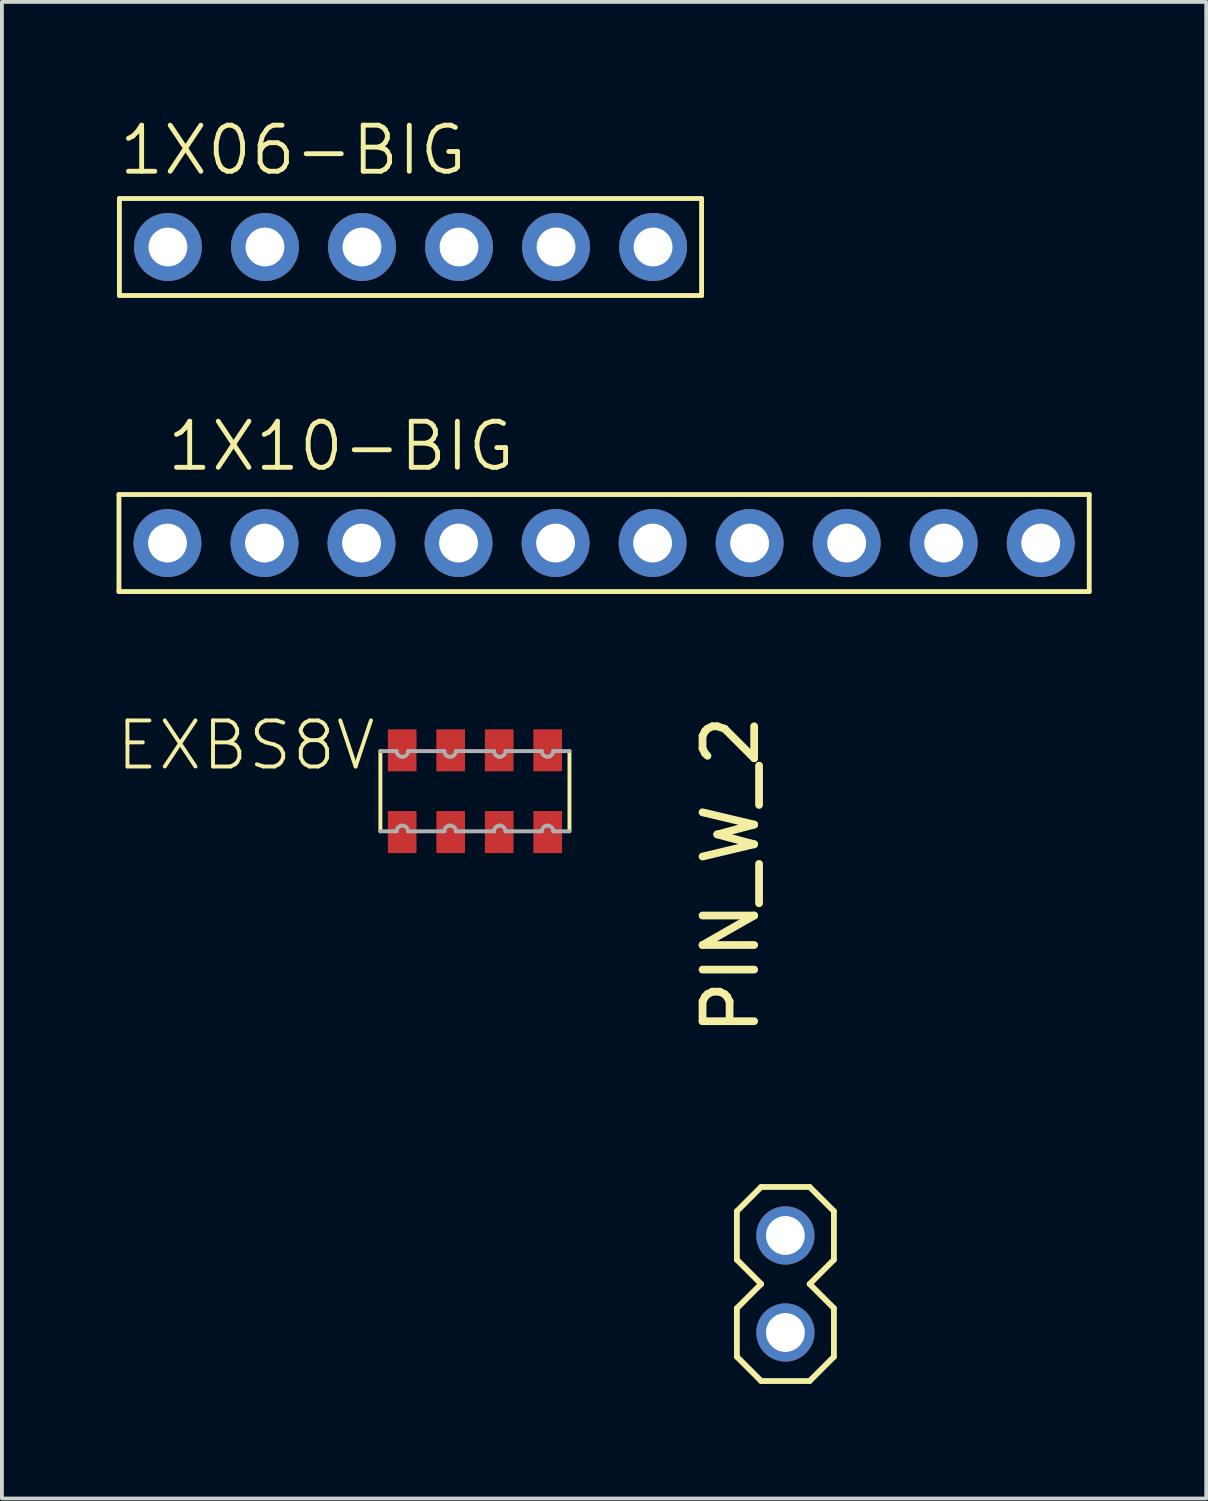
<source format=kicad_pcb>
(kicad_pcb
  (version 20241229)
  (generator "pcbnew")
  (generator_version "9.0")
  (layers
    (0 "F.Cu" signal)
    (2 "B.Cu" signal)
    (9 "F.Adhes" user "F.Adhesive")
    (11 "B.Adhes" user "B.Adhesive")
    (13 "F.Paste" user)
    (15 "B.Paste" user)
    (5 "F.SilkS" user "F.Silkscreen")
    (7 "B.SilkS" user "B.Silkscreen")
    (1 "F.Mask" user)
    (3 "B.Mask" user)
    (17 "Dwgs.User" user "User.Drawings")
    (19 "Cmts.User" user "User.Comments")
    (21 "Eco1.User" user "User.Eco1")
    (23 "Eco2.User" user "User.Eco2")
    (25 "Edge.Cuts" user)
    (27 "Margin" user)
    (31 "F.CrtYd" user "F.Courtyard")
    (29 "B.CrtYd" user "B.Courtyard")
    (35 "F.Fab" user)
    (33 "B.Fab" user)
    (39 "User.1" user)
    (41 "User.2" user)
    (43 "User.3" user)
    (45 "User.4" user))
  (footprint "PIN_W_2"
    (layer "F.Cu")
    (at 17.51 29.292)
    (property "Reference" "PIN_W_2" (at -0.642 -5.154 270) (layer "F.SilkS") (effects (font (size 1.351 1.351) (thickness 0.203)) (justify left bottom)))
    (attr through_hole)
    (fp_line (start -1.27 -0.635) (end -1.27 0.635) (stroke (width 0.152) (type solid)) (layer "F.SilkS"))
    (fp_line (start -1.27 0.635) (end -0.635 1.27) (stroke (width 0.152) (type solid)) (layer "F.SilkS"))
    (fp_line (start -1.27 1.905) (end -1.27 3.175) (stroke (width 0.152) (type solid)) (layer "F.SilkS"))
    (fp_line (start -1.27 3.175) (end -0.635 3.81) (stroke (width 0.152) (type solid)) (layer "F.SilkS"))
    (fp_line (start -0.635 -1.27) (end -1.27 -0.635) (stroke (width 0.152) (type solid)) (layer "F.SilkS"))
    (fp_line (start -0.635 -1.27) (end 0.635 -1.27) (stroke (width 0.152) (type solid)) (layer "F.SilkS"))
    (fp_line (start -0.635 1.27) (end -1.27 1.905) (stroke (width 0.152) (type solid)) (layer "F.SilkS"))
    (fp_line (start 0.635 -1.27) (end 1.27 -0.635) (stroke (width 0.152) (type solid)) (layer "F.SilkS"))
    (fp_line (start 0.635 1.27) (end 1.27 1.905) (stroke (width 0.152) (type solid)) (layer "F.SilkS"))
    (fp_line (start 0.635 3.81) (end -0.635 3.81) (stroke (width 0.152) (type solid)) (layer "F.SilkS"))
    (fp_line (start 1.27 -0.635) (end 1.27 0.635) (stroke (width 0.152) (type solid)) (layer "F.SilkS"))
    (fp_line (start 1.27 0.635) (end 0.635 1.27) (stroke (width 0.152) (type solid)) (layer "F.SilkS"))
    (fp_line (start 1.27 1.905) (end 1.27 3.175) (stroke (width 0.152) (type solid)) (layer "F.SilkS"))
    (fp_line (start 1.27 3.175) (end 0.635 3.81) (stroke (width 0.152) (type solid)) (layer "F.SilkS"))
    (fp_poly (pts (xy -0.254 0.254) (xy 0.254 0.254) (xy 0.254 -0.254) (xy -0.254 -0.254)) (stroke (width 0.1) (type solid)) (fill no) (layer "F.Fab"))
    (fp_poly (pts (xy -0.254 2.794) (xy 0.254 2.794) (xy 0.254 2.286) (xy -0.254 2.286)) (stroke (width 0.1) (type solid)) (fill no) (layer "F.Fab"))
    (pad "1" thru_hole circle (at 0 0) (size 1.524 1.524) (drill 1.016) (layers "*.Cu" "*.Mask"))
    (pad "2" thru_hole circle (at 0 2.54) (size 1.524 1.524) (drill 1.016) (layers "*.Cu" "*.Mask")))
  (footprint "1X10-BIG"
    (layer "F.Cu")
    (at 12.764 11.166)
    (property "Reference" "1X10-BIG" (at -11.506 -1.829 0) (layer "F.SilkS") (effects (font (size 1.206 1.206) (thickness 0.127)) (justify left bottom)))
    (attr through_hole)
    (fp_line (start -12.7 -1.27) (end 12.7 -1.27) (stroke (width 0.127) (type solid)) (layer "F.SilkS"))
    (fp_line (start -12.7 1.27) (end -12.7 -1.27) (stroke (width 0.127) (type solid)) (layer "F.SilkS"))
    (fp_line (start 12.7 -1.27) (end 12.7 1.27) (stroke (width 0.127) (type solid)) (layer "F.SilkS"))
    (fp_line (start 12.7 1.27) (end -12.7 1.27) (stroke (width 0.127) (type solid)) (layer "F.SilkS"))
    (fp_poly (pts (xy -11.684 0.254) (xy -11.176 0.254) (xy -11.176 -0.254) (xy -11.684 -0.254)) (stroke (width 0.1) (type solid)) (fill no) (layer "F.Fab"))
    (fp_poly (pts (xy -9.144 0.254) (xy -8.636 0.254) (xy -8.636 -0.254) (xy -9.144 -0.254)) (stroke (width 0.1) (type solid)) (fill no) (layer "F.Fab"))
    (fp_poly (pts (xy -6.604 0.254) (xy -6.096 0.254) (xy -6.096 -0.254) (xy -6.604 -0.254)) (stroke (width 0.1) (type solid)) (fill no) (layer "F.Fab"))
    (fp_poly (pts (xy -4.064 0.254) (xy -3.556 0.254) (xy -3.556 -0.254) (xy -4.064 -0.254)) (stroke (width 0.1) (type solid)) (fill no) (layer "F.Fab"))
    (fp_poly (pts (xy -1.524 0.254) (xy -1.016 0.254) (xy -1.016 -0.254) (xy -1.524 -0.254)) (stroke (width 0.1) (type solid)) (fill no) (layer "F.Fab"))
    (fp_poly (pts (xy 1.016 0.254) (xy 1.524 0.254) (xy 1.524 -0.254) (xy 1.016 -0.254)) (stroke (width 0.1) (type solid)) (fill no) (layer "F.Fab"))
    (fp_poly (pts (xy 3.556 0.254) (xy 4.064 0.254) (xy 4.064 -0.254) (xy 3.556 -0.254)) (stroke (width 0.1) (type solid)) (fill no) (layer "F.Fab"))
    (fp_poly (pts (xy 6.096 0.254) (xy 6.604 0.254) (xy 6.604 -0.254) (xy 6.096 -0.254)) (stroke (width 0.1) (type solid)) (fill no) (layer "F.Fab"))
    (fp_poly (pts (xy 8.636 0.254) (xy 9.144 0.254) (xy 9.144 -0.254) (xy 8.636 -0.254)) (stroke (width 0.1) (type solid)) (fill no) (layer "F.Fab"))
    (fp_poly (pts (xy 11.176 0.254) (xy 11.684 0.254) (xy 11.684 -0.254) (xy 11.176 -0.254)) (stroke (width 0.1) (type solid)) (fill no) (layer "F.Fab"))
    (pad "1" thru_hole circle (at -11.43 0 90) (size 1.778 1.778) (drill 1.016) (layers "*.Cu" "*.Mask"))
    (pad "2" thru_hole circle (at -8.89 0 90) (size 1.778 1.778) (drill 1.016) (layers "*.Cu" "*.Mask"))
    (pad "3" thru_hole circle (at -6.35 0 90) (size 1.778 1.778) (drill 1.016) (layers "*.Cu" "*.Mask"))
    (pad "4" thru_hole circle (at -3.81 0 90) (size 1.778 1.778) (drill 1.016) (layers "*.Cu" "*.Mask"))
    (pad "5" thru_hole circle (at -1.27 0 90) (size 1.778 1.778) (drill 1.016) (layers "*.Cu" "*.Mask"))
    (pad "6" thru_hole circle (at 1.27 0 90) (size 1.778 1.778) (drill 1.016) (layers "*.Cu" "*.Mask"))
    (pad "7" thru_hole circle (at 3.81 0 90) (size 1.778 1.778) (drill 1.016) (layers "*.Cu" "*.Mask"))
    (pad "8" thru_hole circle (at 6.35 0 90) (size 1.778 1.778) (drill 1.016) (layers "*.Cu" "*.Mask"))
    (pad "9" thru_hole circle (at 8.89 0 90) (size 1.778 1.778) (drill 1.016) (layers "*.Cu" "*.Mask"))
    (pad "10" thru_hole circle (at 11.43 0 90) (size 1.778 1.778) (drill 1.016) (layers "*.Cu" "*.Mask")))
  (footprint "EXBS8V"
    (layer "F.Cu")
    (at 9.383 17.662)
    (property "Reference" "EXBS8V" (at -2.54 -1.905 0) (layer "F.SilkS") (effects (font (size 1.206 1.206) (thickness 0.102)) (justify right top)))
    (attr through_hole)
    (fp_line (start -2.475 1.05) (end -2.475 -1.05) (stroke (width 0.102) (type solid)) (layer "F.SilkS"))
    (fp_line (start 2.475 -1.05) (end 2.475 1.05) (stroke (width 0.102) (type solid)) (layer "F.SilkS"))
    (fp_line (start -2.475 -1.05) (end -2.05 -1.05) (stroke (width 0.102) (type solid)) (layer "F.Fab"))
    (fp_line (start -2.05 1.05) (end -2.475 1.05) (stroke (width 0.102) (type solid)) (layer "F.Fab"))
    (fp_line (start -1.75 -1.05) (end -0.8 -1.05) (stroke (width 0.102) (type solid)) (layer "F.Fab"))
    (fp_line (start -0.8 1.05) (end -1.75 1.05) (stroke (width 0.102) (type solid)) (layer "F.Fab"))
    (fp_line (start -0.5 -1.05) (end 0.5 -1.05) (stroke (width 0.102) (type solid)) (layer "F.Fab"))
    (fp_line (start 0.5 1.05) (end -0.5 1.05) (stroke (width 0.102) (type solid)) (layer "F.Fab"))
    (fp_line (start 0.8 -1.05) (end 1.75 -1.05) (stroke (width 0.102) (type solid)) (layer "F.Fab"))
    (fp_line (start 1.75 1.05) (end 0.8 1.05) (stroke (width 0.102) (type solid)) (layer "F.Fab"))
    (fp_line (start 2.05 -1.05) (end 2.475 -1.05) (stroke (width 0.102) (type solid)) (layer "F.Fab"))
    (fp_line (start 2.475 1.05) (end 2.05 1.05) (stroke (width 0.102) (type solid)) (layer "F.Fab"))
    (fp_arc (start -2.05 1.05) (mid -2.006066 0.943934) (end -1.9 0.9) (stroke (width 0.1016) (type solid)) (layer "F.Fab"))
    (fp_arc (start -1.9 -0.9) (mid -2.006066 -0.943934) (end -2.05 -1.05) (stroke (width 0.1016) (type solid)) (layer "F.Fab"))
    (fp_arc (start -1.9 0.9) (mid -1.793934 0.943934) (end -1.75 1.05) (stroke (width 0.1016) (type solid)) (layer "F.Fab"))
    (fp_arc (start -1.75 -1.05) (mid -1.793934 -0.943934) (end -1.9 -0.9) (stroke (width 0.1016) (type solid)) (layer "F.Fab"))
    (fp_arc (start -0.8 1.05) (mid -0.756066 0.943934) (end -0.65 0.9) (stroke (width 0.1016) (type solid)) (layer "F.Fab"))
    (fp_arc (start -0.65 -0.9) (mid -0.756066 -0.943934) (end -0.8 -1.05) (stroke (width 0.1016) (type solid)) (layer "F.Fab"))
    (fp_arc (start -0.65 0.9) (mid -0.543934 0.943934) (end -0.5 1.05) (stroke (width 0.1016) (type solid)) (layer "F.Fab"))
    (fp_arc (start -0.5 -1.05) (mid -0.543934 -0.943934) (end -0.65 -0.9) (stroke (width 0.1016) (type solid)) (layer "F.Fab"))
    (fp_arc (start 0.5 1.05) (mid 0.543934 0.943934) (end 0.65 0.9) (stroke (width 0.1016) (type solid)) (layer "F.Fab"))
    (fp_arc (start 0.65 -0.9) (mid 0.543934 -0.943934) (end 0.5 -1.05) (stroke (width 0.1016) (type solid)) (layer "F.Fab"))
    (fp_arc (start 0.65 0.9) (mid 0.756066 0.943934) (end 0.8 1.05) (stroke (width 0.1016) (type solid)) (layer "F.Fab"))
    (fp_arc (start 0.8 -1.05) (mid 0.756066 -0.943934) (end 0.65 -0.9) (stroke (width 0.1016) (type solid)) (layer "F.Fab"))
    (fp_arc (start 1.75 1.05) (mid 1.793934 0.943934) (end 1.9 0.9) (stroke (width 0.1016) (type solid)) (layer "F.Fab"))
    (fp_arc (start 1.9 -0.9) (mid 1.793934 -0.943934) (end 1.75 -1.05) (stroke (width 0.1016) (type solid)) (layer "F.Fab"))
    (fp_arc (start 1.9 0.9) (mid 2.006066 0.943934) (end 2.05 1.05) (stroke (width 0.1016) (type solid)) (layer "F.Fab"))
    (fp_arc (start 2.05 -1.05) (mid 2.006066 -0.943934) (end 1.9 -0.9) (stroke (width 0.1016) (type solid)) (layer "F.Fab"))
    (pad "1" smd rect (at -1.905 1.07) (size 0.75 1.1) (layers "F.Cu" "F.Mask" "F.Paste"))
    (pad "2" smd rect (at -0.635 1.07) (size 0.75 1.1) (layers "F.Cu" "F.Mask" "F.Paste"))
    (pad "3" smd rect (at 0.635 1.07) (size 0.75 1.1) (layers "F.Cu" "F.Mask" "F.Paste"))
    (pad "4" smd rect (at 1.905 1.07) (size 0.75 1.1) (layers "F.Cu" "F.Mask" "F.Paste"))
    (pad "5" smd rect (at 1.905 -1.07 180) (size 0.75 1.1) (layers "F.Cu" "F.Mask" "F.Paste"))
    (pad "6" smd rect (at 0.635 -1.07 180) (size 0.75 1.1) (layers "F.Cu" "F.Mask" "F.Paste"))
    (pad "7" smd rect (at -0.635 -1.07 180) (size 0.75 1.1) (layers "F.Cu" "F.Mask" "F.Paste"))
    (pad "8" smd rect (at -1.905 -1.07 180) (size 0.75 1.1) (layers "F.Cu" "F.Mask" "F.Paste")))
  (footprint "1X06-BIG"
    (layer "F.Cu")
    (at 7.696 3.416)
    (property "Reference" "1X06-BIG" (at -7.696 -1.829 0) (layer "F.SilkS") (effects (font (size 1.206 1.206) (thickness 0.127)) (justify left bottom)))
    (attr through_hole)
    (fp_line (start -7.62 -1.27) (end 7.62 -1.27) (stroke (width 0.127) (type solid)) (layer "F.SilkS"))
    (fp_line (start -7.62 1.27) (end -7.62 -1.27) (stroke (width 0.127) (type solid)) (layer "F.SilkS"))
    (fp_line (start 7.62 -1.27) (end 7.62 1.27) (stroke (width 0.127) (type solid)) (layer "F.SilkS"))
    (fp_line (start 7.62 1.27) (end -7.62 1.27) (stroke (width 0.127) (type solid)) (layer "F.SilkS"))
    (fp_poly (pts (xy -6.604 0.254) (xy -6.096 0.254) (xy -6.096 -0.254) (xy -6.604 -0.254)) (stroke (width 0.1) (type solid)) (fill no) (layer "F.Fab"))
    (fp_poly (pts (xy -4.064 0.254) (xy -3.556 0.254) (xy -3.556 -0.254) (xy -4.064 -0.254)) (stroke (width 0.1) (type solid)) (fill no) (layer "F.Fab"))
    (fp_poly (pts (xy -1.524 0.254) (xy -1.016 0.254) (xy -1.016 -0.254) (xy -1.524 -0.254)) (stroke (width 0.1) (type solid)) (fill no) (layer "F.Fab"))
    (fp_poly (pts (xy 1.016 0.254) (xy 1.524 0.254) (xy 1.524 -0.254) (xy 1.016 -0.254)) (stroke (width 0.1) (type solid)) (fill no) (layer "F.Fab"))
    (fp_poly (pts (xy 3.556 0.254) (xy 4.064 0.254) (xy 4.064 -0.254) (xy 3.556 -0.254)) (stroke (width 0.1) (type solid)) (fill no) (layer "F.Fab"))
    (fp_poly (pts (xy 6.096 0.254) (xy 6.604 0.254) (xy 6.604 -0.254) (xy 6.096 -0.254)) (stroke (width 0.1) (type solid)) (fill no) (layer "F.Fab"))
    (pad "1" thru_hole circle (at -6.35 0 90) (size 1.778 1.778) (drill 1.016) (layers "*.Cu" "*.Mask"))
    (pad "2" thru_hole circle (at -3.81 0 90) (size 1.778 1.778) (drill 1.016) (layers "*.Cu" "*.Mask"))
    (pad "3" thru_hole circle (at -1.27 0 90) (size 1.778 1.778) (drill 1.016) (layers "*.Cu" "*.Mask"))
    (pad "4" thru_hole circle (at 1.27 0 90) (size 1.778 1.778) (drill 1.016) (layers "*.Cu" "*.Mask"))
    (pad "5" thru_hole circle (at 3.81 0 90) (size 1.778 1.778) (drill 1.016) (layers "*.Cu" "*.Mask"))
    (pad "6" thru_hole circle (at 6.35 0 90) (size 1.778 1.778) (drill 1.016) (layers "*.Cu" "*.Mask")))
  (gr_rect
    (start -3 -3)
    (end 28.527 36.178)
    (stroke (width 0.1) (type default))
    (fill no)
    (layer "Edge.Cuts")))
</source>
